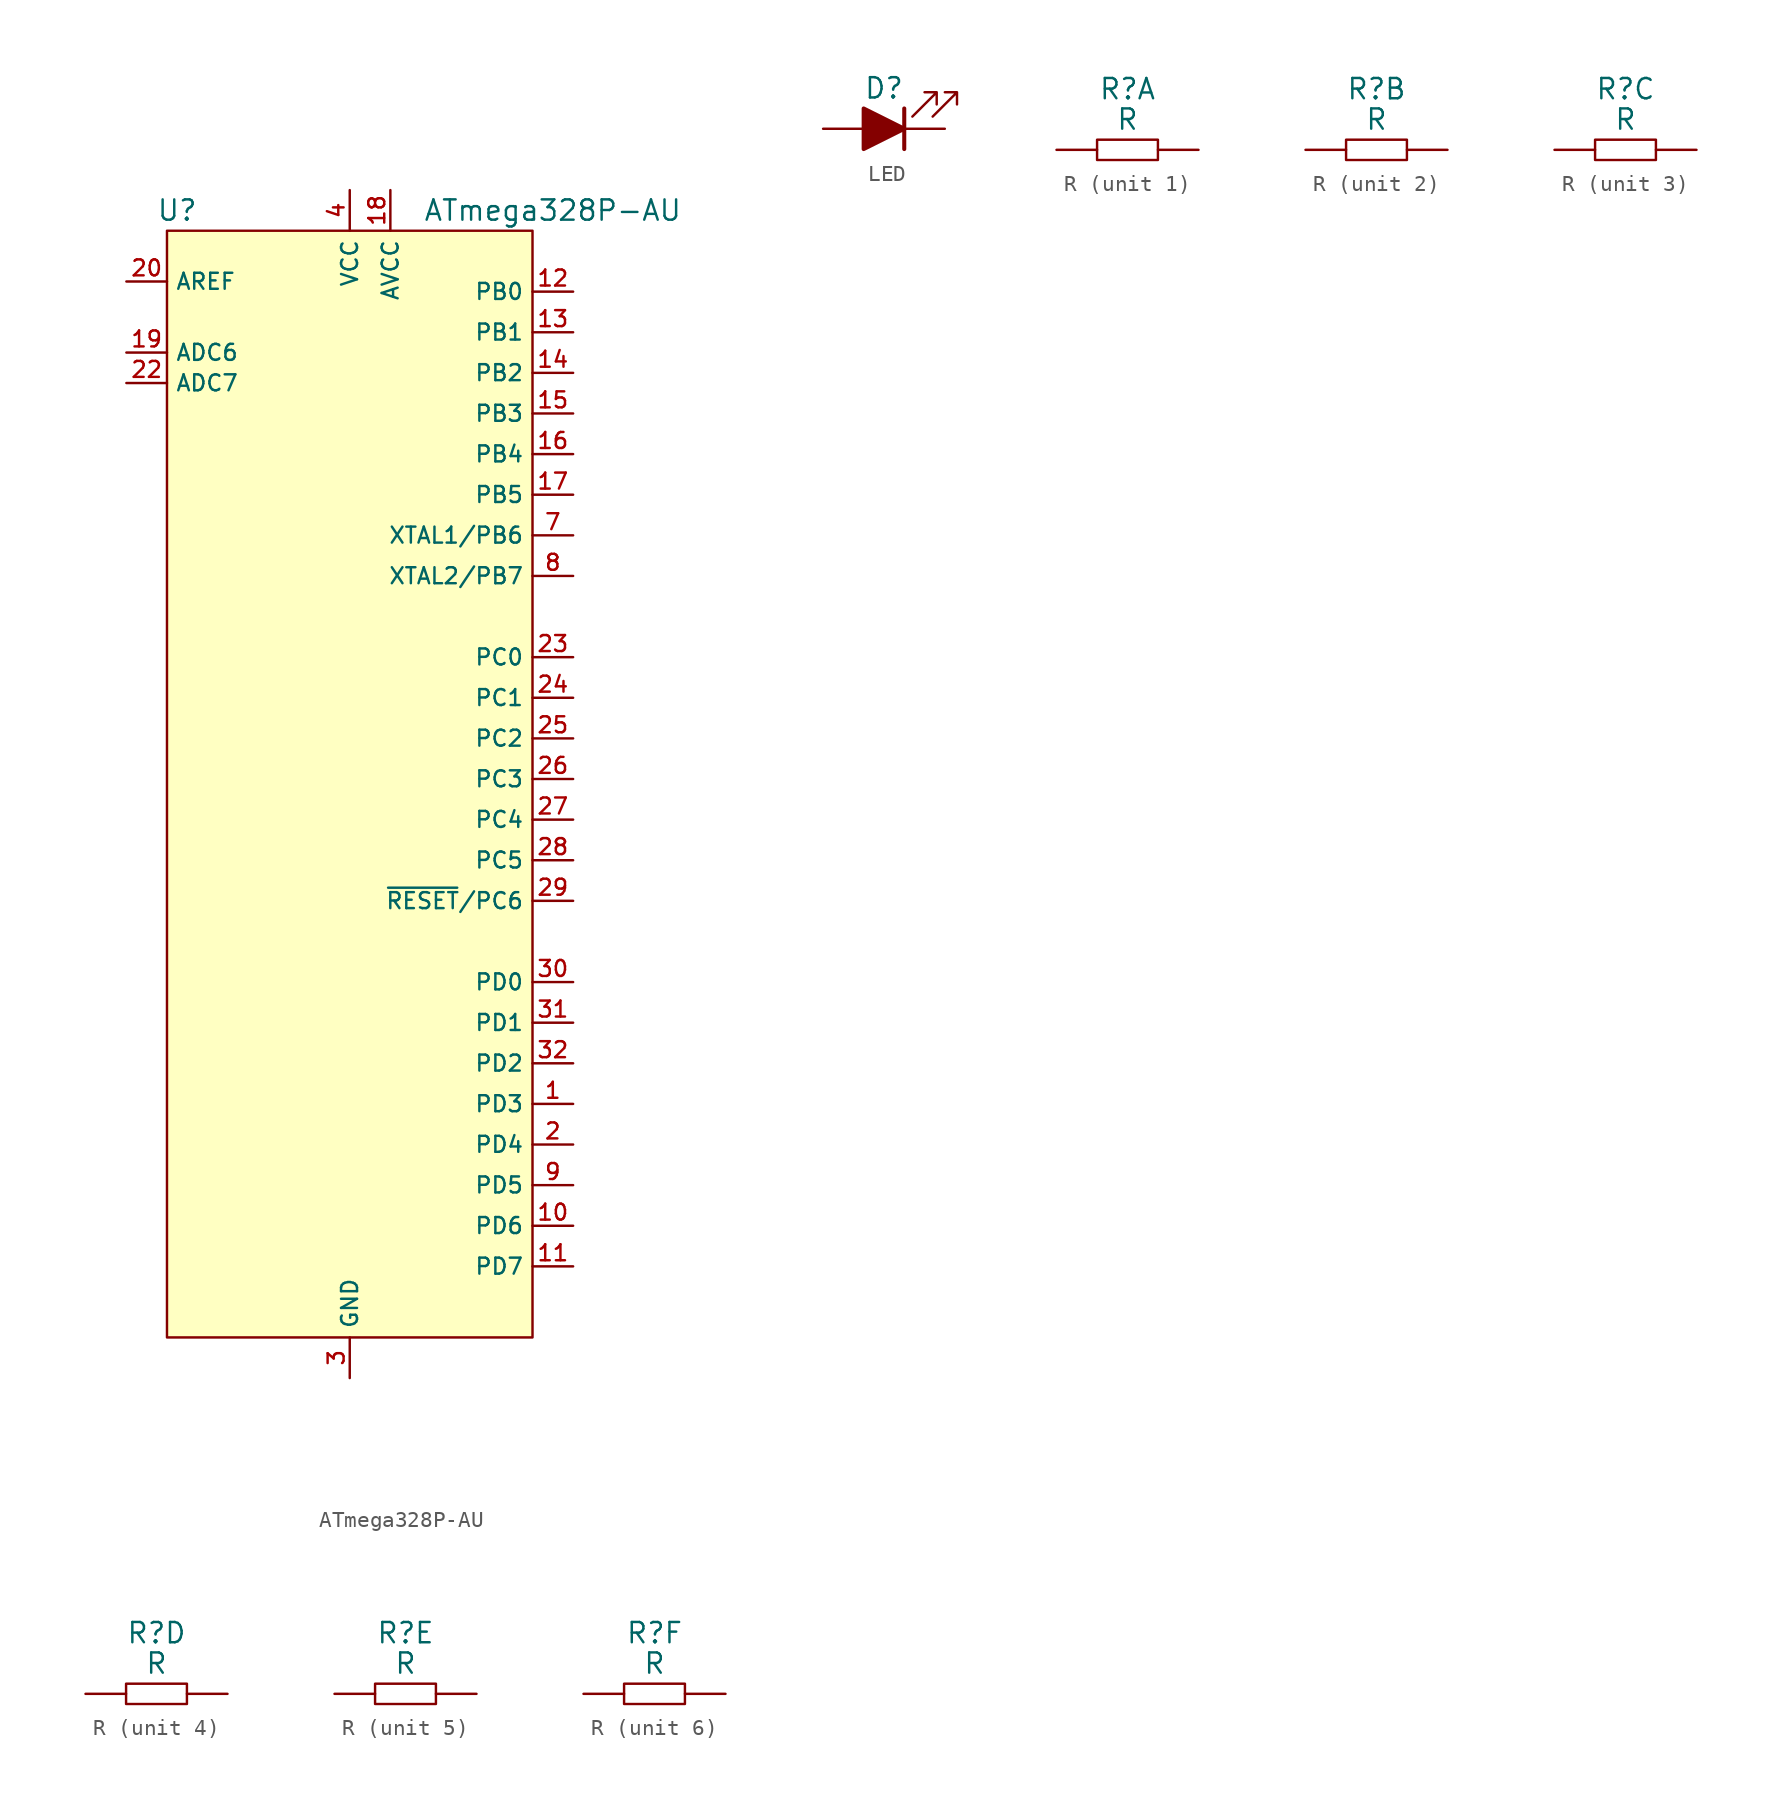
<source format=kicad_sym>
(kicad_symbol_lib
  (version 20211014)
  (generator kicad_symbol_editor)
  (symbol "ATmega328P-AU"
    (property "Reference" "U"
      (at -13.335 -3.175 0)
      (effects (font (size 1.27 1.27))))
    (property "Value" "ATmega328P-AU"
      (at 10.16 -3.175 0)
      (effects (font (size 1.27 1.27))))
    (symbol "ATmega328P-AU_0_0"
      (pin bidirectional line (at 11.43 -59.055 180) (length 2.54) (name "PD3" (effects (font (size 1 1)))) (number "1" (effects (font (size 1 1)))))
      (pin bidirectional line (at 11.43 -66.675 180) (length 2.54) (name "PD6" (effects (font (size 1 1)))) (number "10" (effects (font (size 1 1)))))
      (pin bidirectional line (at 11.43 -69.215 180) (length 2.54) (name "PD7" (effects (font (size 1 1)))) (number "11" (effects (font (size 1 1)))))
      (pin bidirectional line (at 11.43 -13.335 180) (length 2.54) (name "PB2" (effects (font (size 1 1)))) (number "14" (effects (font (size 1 1)))))
      (pin bidirectional line (at 11.43 -15.875 180) (length 2.54) (name "PB3" (effects (font (size 1 1)))) (number "15" (effects (font (size 1 1)))))
      (pin bidirectional line (at 11.43 -18.415 180) (length 2.54) (name "PB4" (effects (font (size 1 1)))) (number "16" (effects (font (size 1 1)))))
      (pin bidirectional line (at 11.43 -20.955 180) (length 2.54) (name "PB5" (effects (font (size 1 1)))) (number "17" (effects (font (size 1 1)))))
      (pin input line (at 0 -1.905 270) (length 2.54) (name "AVCC" (effects (font (size 1 1)))) (number "18" (effects (font (size 1 1)))))
      (pin input line (at -16.51 -12.065 0) (length 2.54) (name "ADC6" (effects (font (size 1 1)))) (number "19" (effects (font (size 1 1)))))
      (pin bidirectional line (at 11.43 -61.595 180) (length 2.54) (name "PD4" (effects (font (size 1 1)))) (number "2" (effects (font (size 1 1)))))
      (pin input line (at -16.51 -7.62 0) (length 2.54) (name "AREF" (effects (font (size 1 1)))) (number "20" (effects (font (size 1 1)))))
      (pin passive line (at -2.54 -76.2 90) (length 2.54) hide (name "GND" (effects (font (size 1 1)))) (number "21" (effects (font (size 1 1)))))
      (pin input line (at -16.51 -13.97 0) (length 2.54) (name "ADC7" (effects (font (size 1 1)))) (number "22" (effects (font (size 1 1)))))
      (pin bidirectional line (at 11.43 -31.115 180) (length 2.54) (name "PC0" (effects (font (size 1 1)))) (number "23" (effects (font (size 1 1)))))
      (pin bidirectional line (at 11.43 -33.655 180) (length 2.54) (name "PC1" (effects (font (size 1 1)))) (number "24" (effects (font (size 1 1)))))
      (pin bidirectional line (at 11.43 -36.195 180) (length 2.54) (name "PC2" (effects (font (size 1 1)))) (number "25" (effects (font (size 1 1)))))
      (pin bidirectional line (at 11.43 -38.735 180) (length 2.54) (name "PC3" (effects (font (size 1 1)))) (number "26" (effects (font (size 1 1)))))
      (pin bidirectional line (at 11.43 -41.275 180) (length 2.54) (name "PC4" (effects (font (size 1 1)))) (number "27" (effects (font (size 1 1)))))
      (pin bidirectional line (at 11.43 -43.815 180) (length 2.54) (name "PC5" (effects (font (size 1 1)))) (number "28" (effects (font (size 1 1)))))
      (pin bidirectional line (at 11.43 -46.355 180) (length 2.54) (name "~{RESET}/PC6" (effects (font (size 1 1)))) (number "29" (effects (font (size 1 1)))))
      (pin passive line (at -2.54 -76.2 90) (length 2.54) (name "GND" (effects (font (size 1 1)))) (number "3" (effects (font (size 1 1)))))
      (pin bidirectional line (at 11.43 -51.435 180) (length 2.54) (name "PD0" (effects (font (size 1 1)))) (number "30" (effects (font (size 1 1)))))
      (pin bidirectional line (at 11.43 -53.975 180) (length 2.54) (name "PD1" (effects (font (size 1 1)))) (number "31" (effects (font (size 1 1)))))
      (pin bidirectional line (at 11.43 -56.515 180) (length 2.54) (name "PD2" (effects (font (size 1 1)))) (number "32" (effects (font (size 1 1)))))
      (pin input line (at -2.54 -1.905 270) (length 2.54) (name "VCC" (effects (font (size 1 1)))) (number "4" (effects (font (size 1 1)))))
      (pin passive line (at -2.54 -76.2 90) (length 2.54) hide (name "GND" (effects (font (size 1 1)))) (number "5" (effects (font (size 1 1)))))
      (pin input line (at -2.54 -1.905 270) (length 2.54) hide (name "VCC" (effects (font (size 1 1)))) (number "6" (effects (font (size 1 1)))))
      (pin bidirectional line (at 11.43 -23.495 180) (length 2.54) (name "XTAL1/PB6" (effects (font (size 1 1)))) (number "7" (effects (font (size 1 1)))))
      (pin bidirectional line (at 11.43 -26.035 180) (length 2.54) (name "XTAL2/PB7" (effects (font (size 1 1)))) (number "8" (effects (font (size 1 1)))))
      (pin bidirectional line (at 11.43 -64.135 180) (length 2.54) (name "PD5" (effects (font (size 1 1)))) (number "9" (effects (font (size 1 1))))))
    (symbol "ATmega328P-AU_0_1"
      (rectangle (start -13.97 -4.445) (end 8.89 -73.66) (stroke (width 0) (type default) (color 0 0 0 0)) (fill (type background))))
    (symbol "ATmega328P-AU_1_1"
      (pin bidirectional line (at 11.43 -8.255 180) (length 2.54) (name "PB0" (effects (font (size 1 1)))) (number "12" (effects (font (size 1 1)))))
      (pin bidirectional line (at 11.43 -10.795 180) (length 2.54) (name "PB1" (effects (font (size 1 1)))) (number "13" (effects (font (size 1 1)))))))
  (symbol "LED"
    (pin_numbers hide)
    (pin_names
      (offset 1.016) hide)
    (property "Reference" "D"
      (at -1.27 2.54 0)
      (effects (font (size 1.27 1.27))))
    (symbol "LED_0_1"
      (polyline (pts (xy 0 -1.27) (xy 0 1.27)) (stroke (width 0.254) (type default) (color 0 0 0 0)) (fill (type none)))
      (polyline (pts (xy 0 0) (xy -2.54 0)) (stroke (width 0) (type default) (color 0 0 0 0)) (fill (type none)))
      (polyline (pts (xy -2.54 -1.27) (xy -2.54 1.27) (xy 0 0) (xy -2.54 -1.27)) (stroke (width 0.254) (type default) (color 0 0 0 0)) (fill (type outline)))
      (polyline (pts (xy 0.508 0.762) (xy 2.032 2.286) (xy 1.27 2.286) (xy 2.032 2.286) (xy 2.032 1.524)) (stroke (width 0) (type default) (color 0 0 0 0)) (fill (type none)))
      (polyline (pts (xy 1.778 0.762) (xy 3.302 2.286) (xy 2.54 2.286) (xy 3.302 2.286) (xy 3.302 1.524)) (stroke (width 0) (type default) (color 0 0 0 0)) (fill (type none))))
    (symbol "LED_1_1"
      (pin passive line (at 2.54 0 180) (length 2.54) (name "K" (effects (font (size 1.27 1.27)))) (number "1" (effects (font (size 1.27 1.27)))))
      (pin passive line (at -5.08 0 0) (length 2.54) (name "A" (effects (font (size 1.27 1.27)))) (number "2" (effects (font (size 1.27 1.27)))))))
  (symbol "R"
    (property "Reference" "R"
      (at 0 1.905 0)
      (effects (font (size 1.27 1.27))))
    (property "Value" "R"
      (at 0 0 0)
      (effects (font (size 1.27 1.27))))
    (symbol "R_0_1"
      (rectangle (start -1.905 -1.27) (end 1.905 -2.54) (stroke (width 0) (type default) (color 0 0 0 0)) (fill (type none))))
    (symbol "R_1_1"
      (pin passive line (at -4.445 -1.905 0) (length 2.54) (name "" (effects (font (size 1.27 1.27)))) (number "" (effects (font (size 1.27 1.27)))))
      (pin passive line (at 4.445 -1.905 180) (length 2.54) (name "" (effects (font (size 1.27 1.27)))) (number "" (effects (font (size 1.27 1.27))))))
    (symbol "R_2_1"
      (pin passive line (at -4.445 -1.905 0) (length 2.54) (name "" (effects (font (size 1.27 1.27)))) (number "" (effects (font (size 1.27 1.27)))))
      (pin passive line (at 4.445 -1.905 180) (length 2.54) (name "" (effects (font (size 1.27 1.27)))) (number "" (effects (font (size 1.27 1.27))))))
    (symbol "R_3_1"
      (pin passive line (at -4.445 -1.905 0) (length 2.54) (name "" (effects (font (size 1.27 1.27)))) (number "" (effects (font (size 1.27 1.27)))))
      (pin passive line (at 4.445 -1.905 180) (length 2.54) (name "" (effects (font (size 1.27 1.27)))) (number "" (effects (font (size 1.27 1.27))))))
    (symbol "R_4_1"
      (pin passive line (at -4.445 -1.905 0) (length 2.54) (name "" (effects (font (size 1.27 1.27)))) (number "" (effects (font (size 1.27 1.27)))))
      (pin passive line (at 4.445 -1.905 180) (length 2.54) (name "" (effects (font (size 1.27 1.27)))) (number "" (effects (font (size 1.27 1.27))))))
    (symbol "R_5_1"
      (pin passive line (at -4.445 -1.905 0) (length 2.54) (name "" (effects (font (size 1.27 1.27)))) (number "" (effects (font (size 1.27 1.27)))))
      (pin passive line (at 4.445 -1.905 180) (length 2.54) (name "" (effects (font (size 1.27 1.27)))) (number "" (effects (font (size 1.27 1.27))))))
    (symbol "R_6_1"
      (pin passive line (at -4.445 -1.905 0) (length 2.54) (name "" (effects (font (size 1.27 1.27)))) (number "" (effects (font (size 1.27 1.27)))))
      (pin passive line (at 4.445 -1.905 180) (length 2.54) (name "" (effects (font (size 1.27 1.27)))) (number "" (effects (font (size 1.27 1.27))))))))
</source>
